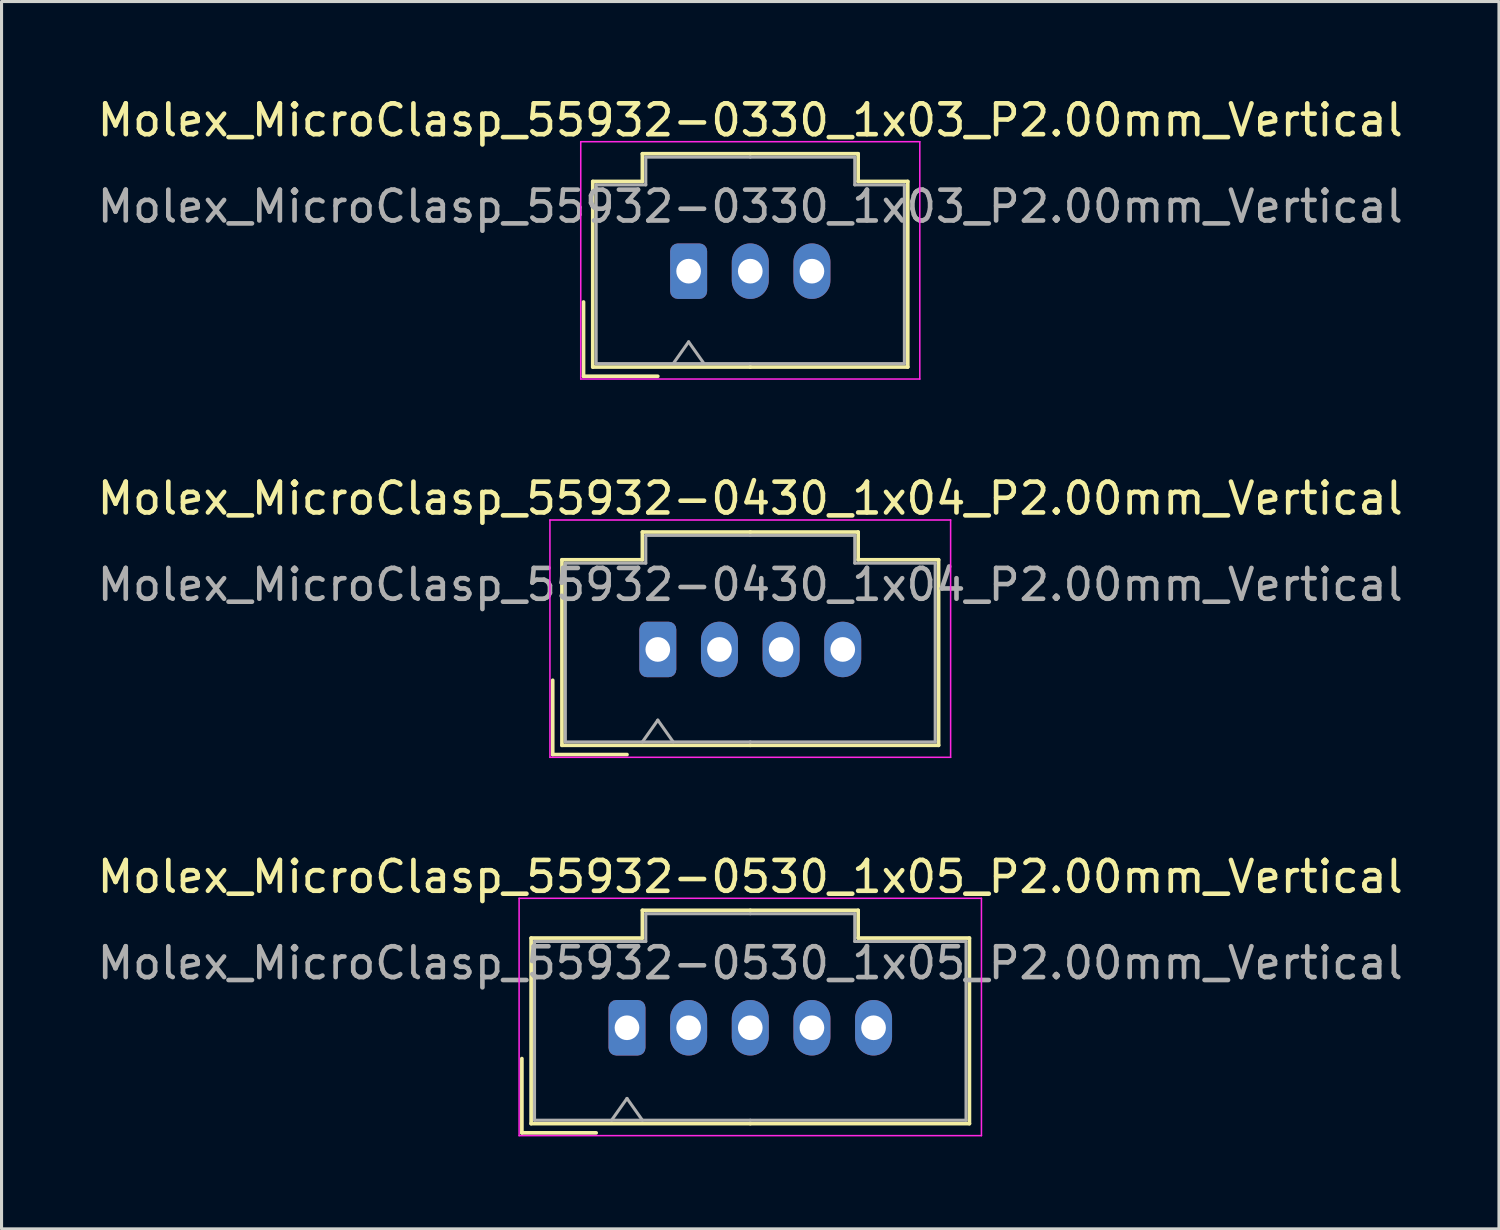
<source format=kicad_pcb>
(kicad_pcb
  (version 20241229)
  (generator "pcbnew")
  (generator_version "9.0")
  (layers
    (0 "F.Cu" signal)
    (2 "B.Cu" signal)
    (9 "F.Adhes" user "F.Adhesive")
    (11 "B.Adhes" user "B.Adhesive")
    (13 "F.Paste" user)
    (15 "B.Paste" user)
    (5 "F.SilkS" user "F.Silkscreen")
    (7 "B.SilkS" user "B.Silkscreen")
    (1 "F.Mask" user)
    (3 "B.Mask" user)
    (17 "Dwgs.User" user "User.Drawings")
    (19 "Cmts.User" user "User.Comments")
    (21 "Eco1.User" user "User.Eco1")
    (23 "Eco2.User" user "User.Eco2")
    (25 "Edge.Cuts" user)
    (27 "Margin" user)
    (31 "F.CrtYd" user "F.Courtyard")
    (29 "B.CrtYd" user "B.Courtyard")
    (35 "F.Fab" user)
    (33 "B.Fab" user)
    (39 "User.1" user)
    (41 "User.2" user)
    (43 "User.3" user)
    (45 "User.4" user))
  (footprint "Molex_MicroClasp_55932-0330_1x03_P2.00mm_Vertical"
    (layer "F.Cu")
    (at 19.292 5.748)
    (property "Reference" "Molex_MicroClasp_55932-0330_1x03_P2.00mm_Vertical" (at 2 -4.9 0) (layer "F.SilkS") (effects (font (size 1 1) (thickness 0.15))))
    (attr through_hole)
    (fp_line (start -3.41 1) (end -3.41 3.41) (stroke (width 0.12) (type solid)) (layer "F.SilkS"))
    (fp_line (start -3.41 3.41) (end -1 3.41) (stroke (width 0.12) (type solid)) (layer "F.SilkS"))
    (fp_line (start -3.11 -2.91) (end -3.11 3.11) (stroke (width 0.12) (type solid)) (layer "F.SilkS"))
    (fp_line (start -3.11 3.11) (end 2 3.11) (stroke (width 0.12) (type solid)) (layer "F.SilkS"))
    (fp_line (start -1.5 -3.81) (end -1.5 -2.91) (stroke (width 0.12) (type solid)) (layer "F.SilkS"))
    (fp_line (start -1.5 -2.91) (end -3.11 -2.91) (stroke (width 0.12) (type solid)) (layer "F.SilkS"))
    (fp_line (start 2 -3.81) (end -1.5 -3.81) (stroke (width 0.12) (type solid)) (layer "F.SilkS"))
    (fp_line (start 2 -3.81) (end 5.5 -3.81) (stroke (width 0.12) (type solid)) (layer "F.SilkS"))
    (fp_line (start 5.5 -3.81) (end 5.5 -2.91) (stroke (width 0.12) (type solid)) (layer "F.SilkS"))
    (fp_line (start 5.5 -2.91) (end 7.11 -2.91) (stroke (width 0.12) (type solid)) (layer "F.SilkS"))
    (fp_line (start 7.11 -2.91) (end 7.11 3.11) (stroke (width 0.12) (type solid)) (layer "F.SilkS"))
    (fp_line (start 7.11 3.11) (end 2 3.11) (stroke (width 0.12) (type solid)) (layer "F.SilkS"))
    (fp_line (start -3.5 -4.2) (end -3.5 3.5) (stroke (width 0.05) (type solid)) (layer "F.CrtYd"))
    (fp_line (start -3.5 3.5) (end 7.5 3.5) (stroke (width 0.05) (type solid)) (layer "F.CrtYd"))
    (fp_line (start 7.5 -4.2) (end -3.5 -4.2) (stroke (width 0.05) (type solid)) (layer "F.CrtYd"))
    (fp_line (start 7.5 3.5) (end 7.5 -4.2) (stroke (width 0.05) (type solid)) (layer "F.CrtYd"))
    (fp_line (start -3 -2.8) (end -3 3) (stroke (width 0.1) (type solid)) (layer "F.Fab"))
    (fp_line (start -3 3) (end 2 3) (stroke (width 0.1) (type solid)) (layer "F.Fab"))
    (fp_line (start -1.39 -3.7) (end -1.39 -2.8) (stroke (width 0.1) (type solid)) (layer "F.Fab"))
    (fp_line (start -1.39 -2.8) (end -3 -2.8) (stroke (width 0.1) (type solid)) (layer "F.Fab"))
    (fp_line (start -0.5 3) (end 0 2.293) (stroke (width 0.1) (type solid)) (layer "F.Fab"))
    (fp_line (start 0 2.293) (end 0.5 3) (stroke (width 0.1) (type solid)) (layer "F.Fab"))
    (fp_line (start 2 -3.7) (end -1.39 -3.7) (stroke (width 0.1) (type solid)) (layer "F.Fab"))
    (fp_line (start 2 -3.7) (end 5.39 -3.7) (stroke (width 0.1) (type solid)) (layer "F.Fab"))
    (fp_line (start 5.39 -3.7) (end 5.39 -2.8) (stroke (width 0.1) (type solid)) (layer "F.Fab"))
    (fp_line (start 5.39 -2.8) (end 7 -2.8) (stroke (width 0.1) (type solid)) (layer "F.Fab"))
    (fp_line (start 7 -2.8) (end 7 3) (stroke (width 0.1) (type solid)) (layer "F.Fab"))
    (fp_line (start 7 3) (end 2 3) (stroke (width 0.1) (type solid)) (layer "F.Fab"))
    (fp_text user "${REFERENCE}" (at 2 -2.1 0) (layer "F.Fab") (effects (font (size 1 1) (thickness 0.15))))
    (pad "1" thru_hole roundrect (at 0 0) (size 1.2 1.8) (drill 0.8) (layers "*.Cu" "*.Mask") (roundrect_rratio 0.208))
    (pad "2" thru_hole oval (at 2 0) (size 1.2 1.8) (drill 0.8) (layers "*.Cu" "*.Mask"))
    (pad "3" thru_hole oval (at 4 0) (size 1.2 1.8) (drill 0.8) (layers "*.Cu" "*.Mask")))
  (footprint "Molex_MicroClasp_55932-0530_1x05_P2.00mm_Vertical"
    (layer "F.Cu")
    (at 17.292 30.295)
    (property "Reference" "Molex_MicroClasp_55932-0530_1x05_P2.00mm_Vertical" (at 4 -4.9 0) (layer "F.SilkS") (effects (font (size 1 1) (thickness 0.15))))
    (attr through_hole)
    (fp_line (start -3.41 1) (end -3.41 3.41) (stroke (width 0.12) (type solid)) (layer "F.SilkS"))
    (fp_line (start -3.41 3.41) (end -1 3.41) (stroke (width 0.12) (type solid)) (layer "F.SilkS"))
    (fp_line (start -3.11 -2.91) (end -3.11 3.11) (stroke (width 0.12) (type solid)) (layer "F.SilkS"))
    (fp_line (start -3.11 3.11) (end 4 3.11) (stroke (width 0.12) (type solid)) (layer "F.SilkS"))
    (fp_line (start 0.5 -3.81) (end 0.5 -2.91) (stroke (width 0.12) (type solid)) (layer "F.SilkS"))
    (fp_line (start 0.5 -2.91) (end -3.11 -2.91) (stroke (width 0.12) (type solid)) (layer "F.SilkS"))
    (fp_line (start 4 -3.81) (end 0.5 -3.81) (stroke (width 0.12) (type solid)) (layer "F.SilkS"))
    (fp_line (start 4 -3.81) (end 7.5 -3.81) (stroke (width 0.12) (type solid)) (layer "F.SilkS"))
    (fp_line (start 7.5 -3.81) (end 7.5 -2.91) (stroke (width 0.12) (type solid)) (layer "F.SilkS"))
    (fp_line (start 7.5 -2.91) (end 11.11 -2.91) (stroke (width 0.12) (type solid)) (layer "F.SilkS"))
    (fp_line (start 11.11 -2.91) (end 11.11 3.11) (stroke (width 0.12) (type solid)) (layer "F.SilkS"))
    (fp_line (start 11.11 3.11) (end 4 3.11) (stroke (width 0.12) (type solid)) (layer "F.SilkS"))
    (fp_line (start -3.5 -4.2) (end -3.5 3.5) (stroke (width 0.05) (type solid)) (layer "F.CrtYd"))
    (fp_line (start -3.5 3.5) (end 11.5 3.5) (stroke (width 0.05) (type solid)) (layer "F.CrtYd"))
    (fp_line (start 11.5 -4.2) (end -3.5 -4.2) (stroke (width 0.05) (type solid)) (layer "F.CrtYd"))
    (fp_line (start 11.5 3.5) (end 11.5 -4.2) (stroke (width 0.05) (type solid)) (layer "F.CrtYd"))
    (fp_line (start -3 -2.8) (end -3 3) (stroke (width 0.1) (type solid)) (layer "F.Fab"))
    (fp_line (start -3 3) (end 4 3) (stroke (width 0.1) (type solid)) (layer "F.Fab"))
    (fp_line (start -0.5 3) (end 0 2.293) (stroke (width 0.1) (type solid)) (layer "F.Fab"))
    (fp_line (start 0 2.293) (end 0.5 3) (stroke (width 0.1) (type solid)) (layer "F.Fab"))
    (fp_line (start 0.61 -3.7) (end 0.61 -2.8) (stroke (width 0.1) (type solid)) (layer "F.Fab"))
    (fp_line (start 0.61 -2.8) (end -3 -2.8) (stroke (width 0.1) (type solid)) (layer "F.Fab"))
    (fp_line (start 4 -3.7) (end 0.61 -3.7) (stroke (width 0.1) (type solid)) (layer "F.Fab"))
    (fp_line (start 4 -3.7) (end 7.39 -3.7) (stroke (width 0.1) (type solid)) (layer "F.Fab"))
    (fp_line (start 7.39 -3.7) (end 7.39 -2.8) (stroke (width 0.1) (type solid)) (layer "F.Fab"))
    (fp_line (start 7.39 -2.8) (end 11 -2.8) (stroke (width 0.1) (type solid)) (layer "F.Fab"))
    (fp_line (start 11 -2.8) (end 11 3) (stroke (width 0.1) (type solid)) (layer "F.Fab"))
    (fp_line (start 11 3) (end 4 3) (stroke (width 0.1) (type solid)) (layer "F.Fab"))
    (fp_text user "${REFERENCE}" (at 4 -2.1 0) (layer "F.Fab") (effects (font (size 1 1) (thickness 0.15))))
    (pad "1" thru_hole roundrect (at 0 0) (size 1.2 1.8) (drill 0.8) (layers "*.Cu" "*.Mask") (roundrect_rratio 0.208))
    (pad "2" thru_hole oval (at 2 0) (size 1.2 1.8) (drill 0.8) (layers "*.Cu" "*.Mask"))
    (pad "3" thru_hole oval (at 4 0) (size 1.2 1.8) (drill 0.8) (layers "*.Cu" "*.Mask"))
    (pad "4" thru_hole oval (at 6 0) (size 1.2 1.8) (drill 0.8) (layers "*.Cu" "*.Mask"))
    (pad "5" thru_hole oval (at 8 0) (size 1.2 1.8) (drill 0.8) (layers "*.Cu" "*.Mask")))
  (footprint "Molex_MicroClasp_55932-0430_1x04_P2.00mm_Vertical"
    (layer "F.Cu")
    (at 18.292 18.021)
    (property "Reference" "Molex_MicroClasp_55932-0430_1x04_P2.00mm_Vertical" (at 3 -4.9 0) (layer "F.SilkS") (effects (font (size 1 1) (thickness 0.15))))
    (attr through_hole)
    (fp_line (start -3.41 1) (end -3.41 3.41) (stroke (width 0.12) (type solid)) (layer "F.SilkS"))
    (fp_line (start -3.41 3.41) (end -1 3.41) (stroke (width 0.12) (type solid)) (layer "F.SilkS"))
    (fp_line (start -3.11 -2.91) (end -3.11 3.11) (stroke (width 0.12) (type solid)) (layer "F.SilkS"))
    (fp_line (start -3.11 3.11) (end 3 3.11) (stroke (width 0.12) (type solid)) (layer "F.SilkS"))
    (fp_line (start -0.5 -3.81) (end -0.5 -2.91) (stroke (width 0.12) (type solid)) (layer "F.SilkS"))
    (fp_line (start -0.5 -2.91) (end -3.11 -2.91) (stroke (width 0.12) (type solid)) (layer "F.SilkS"))
    (fp_line (start 3 -3.81) (end -0.5 -3.81) (stroke (width 0.12) (type solid)) (layer "F.SilkS"))
    (fp_line (start 3 -3.81) (end 6.5 -3.81) (stroke (width 0.12) (type solid)) (layer "F.SilkS"))
    (fp_line (start 6.5 -3.81) (end 6.5 -2.91) (stroke (width 0.12) (type solid)) (layer "F.SilkS"))
    (fp_line (start 6.5 -2.91) (end 9.11 -2.91) (stroke (width 0.12) (type solid)) (layer "F.SilkS"))
    (fp_line (start 9.11 -2.91) (end 9.11 3.11) (stroke (width 0.12) (type solid)) (layer "F.SilkS"))
    (fp_line (start 9.11 3.11) (end 3 3.11) (stroke (width 0.12) (type solid)) (layer "F.SilkS"))
    (fp_line (start -3.5 -4.2) (end -3.5 3.5) (stroke (width 0.05) (type solid)) (layer "F.CrtYd"))
    (fp_line (start -3.5 3.5) (end 9.5 3.5) (stroke (width 0.05) (type solid)) (layer "F.CrtYd"))
    (fp_line (start 9.5 -4.2) (end -3.5 -4.2) (stroke (width 0.05) (type solid)) (layer "F.CrtYd"))
    (fp_line (start 9.5 3.5) (end 9.5 -4.2) (stroke (width 0.05) (type solid)) (layer "F.CrtYd"))
    (fp_line (start -3 -2.8) (end -3 3) (stroke (width 0.1) (type solid)) (layer "F.Fab"))
    (fp_line (start -3 3) (end 3 3) (stroke (width 0.1) (type solid)) (layer "F.Fab"))
    (fp_line (start -0.5 3) (end 0 2.293) (stroke (width 0.1) (type solid)) (layer "F.Fab"))
    (fp_line (start -0.39 -3.7) (end -0.39 -2.8) (stroke (width 0.1) (type solid)) (layer "F.Fab"))
    (fp_line (start -0.39 -2.8) (end -3 -2.8) (stroke (width 0.1) (type solid)) (layer "F.Fab"))
    (fp_line (start 0 2.293) (end 0.5 3) (stroke (width 0.1) (type solid)) (layer "F.Fab"))
    (fp_line (start 3 -3.7) (end -0.39 -3.7) (stroke (width 0.1) (type solid)) (layer "F.Fab"))
    (fp_line (start 3 -3.7) (end 6.39 -3.7) (stroke (width 0.1) (type solid)) (layer "F.Fab"))
    (fp_line (start 6.39 -3.7) (end 6.39 -2.8) (stroke (width 0.1) (type solid)) (layer "F.Fab"))
    (fp_line (start 6.39 -2.8) (end 9 -2.8) (stroke (width 0.1) (type solid)) (layer "F.Fab"))
    (fp_line (start 9 -2.8) (end 9 3) (stroke (width 0.1) (type solid)) (layer "F.Fab"))
    (fp_line (start 9 3) (end 3 3) (stroke (width 0.1) (type solid)) (layer "F.Fab"))
    (fp_text user "${REFERENCE}" (at 3 -2.1 0) (layer "F.Fab") (effects (font (size 1 1) (thickness 0.15))))
    (pad "1" thru_hole roundrect (at 0 0) (size 1.2 1.8) (drill 0.8) (layers "*.Cu" "*.Mask") (roundrect_rratio 0.208))
    (pad "2" thru_hole oval (at 2 0) (size 1.2 1.8) (drill 0.8) (layers "*.Cu" "*.Mask"))
    (pad "3" thru_hole oval (at 4 0) (size 1.2 1.8) (drill 0.8) (layers "*.Cu" "*.Mask"))
    (pad "4" thru_hole oval (at 6 0) (size 1.2 1.8) (drill 0.8) (layers "*.Cu" "*.Mask")))
  (gr_rect
    (start -3 -3)
    (end 45.583 36.82)
    (stroke (width 0.1) (type default))
    (fill no)
    (layer "Edge.Cuts")))
</source>
